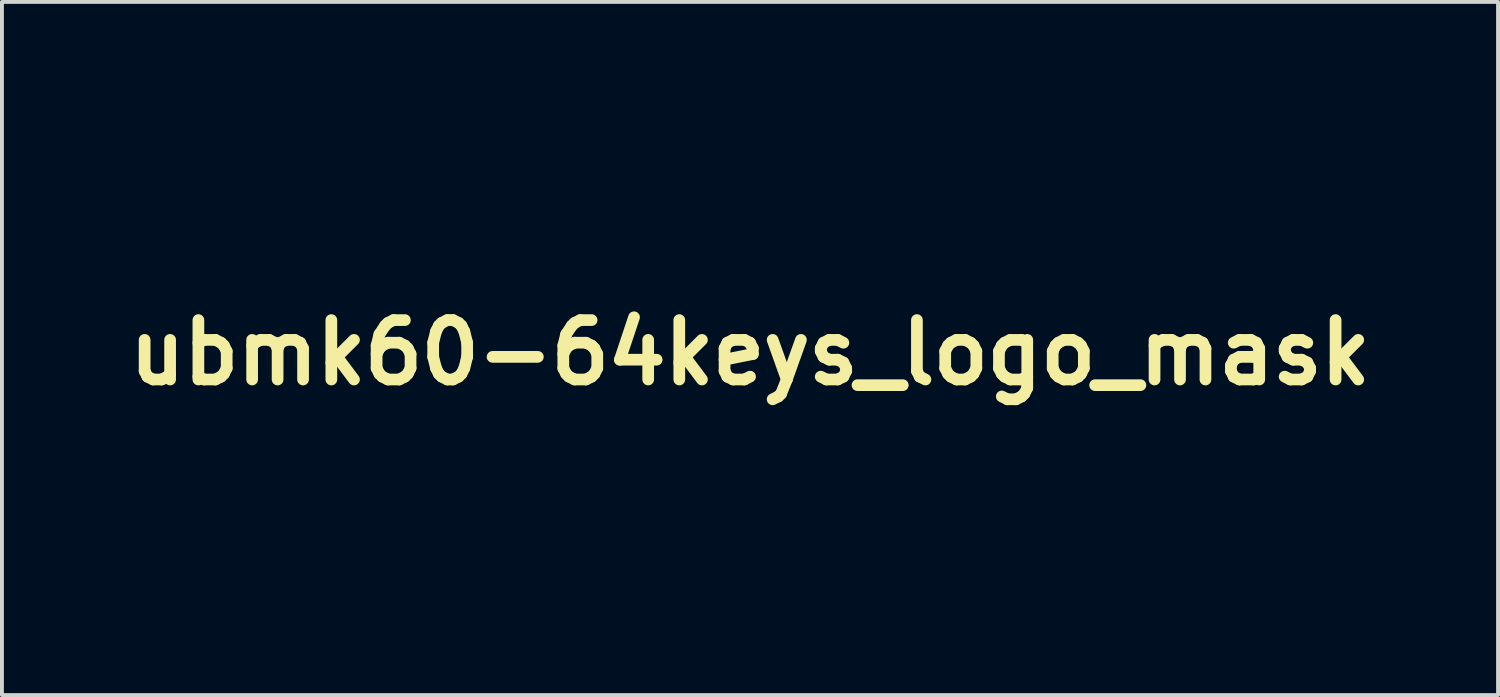
<source format=kicad_pcb>
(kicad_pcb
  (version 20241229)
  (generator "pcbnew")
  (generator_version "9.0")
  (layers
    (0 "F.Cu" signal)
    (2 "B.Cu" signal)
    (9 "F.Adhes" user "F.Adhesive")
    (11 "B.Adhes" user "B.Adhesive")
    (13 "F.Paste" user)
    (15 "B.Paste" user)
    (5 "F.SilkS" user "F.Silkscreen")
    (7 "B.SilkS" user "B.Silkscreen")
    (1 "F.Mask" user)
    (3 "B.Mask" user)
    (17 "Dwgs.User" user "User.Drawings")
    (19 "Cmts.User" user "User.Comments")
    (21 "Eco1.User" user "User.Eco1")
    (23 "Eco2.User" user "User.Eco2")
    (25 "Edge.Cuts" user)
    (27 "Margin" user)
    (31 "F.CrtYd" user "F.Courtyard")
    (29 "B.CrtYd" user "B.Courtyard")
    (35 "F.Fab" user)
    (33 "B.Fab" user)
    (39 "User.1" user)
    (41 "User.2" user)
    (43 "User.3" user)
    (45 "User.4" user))
  (footprint "ubmk60-64keys_logo_mask"
    (layer "F.Cu")
    (at 16.191 5.996)
    (property "Reference" "ubmk60-64keys_logo_mask" (at 0 0 0) (layer "F.SilkS") (effects (font (size 1.524 1.524) (thickness 0.3))))
    (attr through_hole)
    (fp_poly (pts (xy -1.828 -4.374) (xy -2.249 -4.374) (xy -2.249 -4.561) (xy -1.828 -4.561) (xy -1.828 -4.374)) (stroke (width 0.01) (type solid)) (fill yes) (layer "F.Mask"))
    (fp_poly (pts (xy -1.781 5.358) (xy -2.078 5.358) (xy -2.078 5.217) (xy -1.781 5.217) (xy -1.781 5.358)) (stroke (width 0.01) (type solid)) (fill yes) (layer "F.Mask"))
    (fp_poly (pts (xy -2.562 5.374) (xy -2.437 5.374) (xy -2.437 5.561) (xy -2.906 5.561) (xy -2.906 5.374) (xy -2.764 5.374) (xy -2.768 5.19) (xy -2.773 5.007) (xy -2.89 4.997) (xy -2.89 4.827) (xy -2.562 4.827) (xy -2.562 5.374)) (stroke (width 0.01) (type solid)) (fill yes) (layer "F.Mask"))
    (fp_poly (pts (xy 5.41 -4.23) (xy 5.474 -4.203) (xy 5.524 -4.156) (xy 5.554 -4.092) (xy 5.561 -4.038) (xy 5.548 -3.964) (xy 5.511 -3.905) (xy 5.456 -3.863) (xy 5.389 -3.842) (xy 5.317 -3.846) (xy 5.261 -3.867) (xy 5.211 -3.91) (xy 5.181 -3.969) (xy 5.171 -4.037) (xy 5.181 -4.104) (xy 5.21 -4.163) (xy 5.259 -4.207) (xy 5.264 -4.21) (xy 5.338 -4.233) (xy 5.41 -4.23)) (stroke (width 0.01) (type solid)) (fill yes) (layer "F.Mask"))
    (fp_poly (pts (xy -3.03 -5.122) (xy -2.996 -5.117) (xy -2.986 -5.111) (xy -2.996 -5.095) (xy -3.02 -5.056) (xy -3.058 -4.997) (xy -3.108 -4.921) (xy -3.167 -4.83) (xy -3.234 -4.727) (xy -3.307 -4.615) (xy -3.325 -4.587) (xy -3.659 -4.077) (xy -3.862 -4.077) (xy -3.834 -4.12) (xy -3.82 -4.143) (xy -3.79 -4.188) (xy -3.747 -4.254) (xy -3.694 -4.335) (xy -3.632 -4.43) (xy -3.564 -4.535) (xy -3.493 -4.643) (xy -3.179 -5.124) (xy -3.08 -5.124) (xy -3.03 -5.122)) (stroke (width 0.01) (type solid)) (fill yes) (layer "F.Mask"))
    (fp_poly (pts (xy 2.515 5.183) (xy 2.516 5.267) (xy 2.521 5.325) (xy 2.531 5.362) (xy 2.549 5.381) (xy 2.576 5.389) (xy 2.593 5.389) (xy 2.625 5.386) (xy 2.647 5.373) (xy 2.661 5.346) (xy 2.668 5.3) (xy 2.671 5.229) (xy 2.671 5.183) (xy 2.671 5.014) (xy 2.874 5.014) (xy 2.874 5.207) (xy 2.874 5.29) (xy 2.872 5.348) (xy 2.867 5.389) (xy 2.858 5.418) (xy 2.845 5.443) (xy 2.839 5.453) (xy 2.802 5.496) (xy 2.758 5.531) (xy 2.754 5.534) (xy 2.698 5.555) (xy 2.627 5.568) (xy 2.554 5.571) (xy 2.496 5.562) (xy 2.428 5.529) (xy 2.37 5.481) (xy 2.334 5.427) (xy 2.322 5.377) (xy 2.314 5.298) (xy 2.312 5.195) (xy 2.312 5.014) (xy 2.515 5.014) (xy 2.515 5.183)) (stroke (width 0.01) (type solid)) (fill yes) (layer "F.Mask"))
    (fp_poly (pts (xy 0.055 -4.858) (xy 0.013 -4.774) (xy -0.023 -4.698) (xy -0.052 -4.635) (xy -0.071 -4.591) (xy -0.078 -4.57) (xy -0.078 -4.569) (xy -0.071 -4.556) (xy -0.046 -4.548) (xy 0.003 -4.546) (xy 0.016 -4.546) (xy 0.109 -4.546) (xy 0.109 -4.811) (xy 0.406 -4.811) (xy 0.406 -4.546) (xy 0.531 -4.546) (xy 0.531 -4.298) (xy 0.473 -4.293) (xy 0.414 -4.288) (xy 0.405 -4.077) (xy 0.109 -4.077) (xy 0.109 -4.296) (xy -0.071 -4.296) (xy -0.169 -4.298) (xy -0.241 -4.305) (xy -0.294 -4.319) (xy -0.333 -4.342) (xy -0.363 -4.376) (xy -0.376 -4.394) (xy -0.396 -4.435) (xy -0.407 -4.476) (xy -0.407 -4.523) (xy -0.395 -4.578) (xy -0.37 -4.648) (xy -0.332 -4.736) (xy -0.279 -4.846) (xy -0.274 -4.857) (xy -0.141 -5.124) (xy 0.188 -5.124) (xy 0.055 -4.858)) (stroke (width 0.01) (type solid)) (fill yes) (layer "F.Mask"))
    (fp_poly (pts (xy -1.109 4.83) (xy -1.035 4.842) (xy -0.98 4.863) (xy -0.94 4.898) (xy -0.909 4.948) (xy -0.905 4.958) (xy -0.88 5.038) (xy -0.883 5.111) (xy -0.916 5.18) (xy -0.978 5.247) (xy -1.043 5.296) (xy -1.148 5.366) (xy -1.011 5.37) (xy -0.875 5.375) (xy -0.875 5.561) (xy -1.074 5.56) (xy -1.153 5.559) (xy -1.222 5.556) (xy -1.275 5.551) (xy -1.305 5.546) (xy -1.306 5.546) (xy -1.353 5.512) (xy -1.389 5.461) (xy -1.406 5.403) (xy -1.406 5.396) (xy -1.401 5.358) (xy -1.382 5.321) (xy -1.347 5.281) (xy -1.291 5.234) (xy -1.218 5.181) (xy -1.148 5.126) (xy -1.107 5.081) (xy -1.095 5.046) (xy -1.113 5.021) (xy -1.161 5.006) (xy -1.238 4.999) (xy -1.26 4.999) (xy -1.375 4.999) (xy -1.375 4.827) (xy -1.209 4.827) (xy -1.109 4.83)) (stroke (width 0.01) (type solid)) (fill yes) (layer "F.Mask"))
    (fp_poly (pts (xy 0.219 4.83) (xy 0.293 4.842) (xy 0.347 4.863) (xy 0.387 4.898) (xy 0.418 4.948) (xy 0.423 4.958) (xy 0.448 5.038) (xy 0.444 5.111) (xy 0.412 5.18) (xy 0.35 5.247) (xy 0.285 5.296) (xy 0.18 5.366) (xy 0.316 5.37) (xy 0.453 5.375) (xy 0.453 5.561) (xy 0.254 5.56) (xy 0.175 5.559) (xy 0.106 5.556) (xy 0.052 5.551) (xy 0.023 5.546) (xy 0.022 5.546) (xy -0.025 5.512) (xy -0.061 5.461) (xy -0.078 5.403) (xy -0.078 5.396) (xy -0.073 5.358) (xy -0.054 5.321) (xy -0.019 5.281) (xy 0.037 5.234) (xy 0.109 5.181) (xy 0.18 5.126) (xy 0.221 5.081) (xy 0.233 5.046) (xy 0.215 5.021) (xy 0.167 5.006) (xy 0.09 4.999) (xy 0.067 4.999) (xy -0.047 4.999) (xy -0.047 4.827) (xy 0.119 4.827) (xy 0.219 4.83)) (stroke (width 0.01) (type solid)) (fill yes) (layer "F.Mask"))
    (fp_poly (pts (xy 3.093 -4.64) (xy 3.094 -4.537) (xy 3.098 -4.461) (xy 3.107 -4.406) (xy 3.12 -4.369) (xy 3.14 -4.345) (xy 3.166 -4.329) (xy 3.215 -4.313) (xy 3.253 -4.321) (xy 3.289 -4.35) (xy 3.304 -4.366) (xy 3.314 -4.383) (xy 3.321 -4.407) (xy 3.325 -4.443) (xy 3.327 -4.496) (xy 3.327 -4.573) (xy 3.327 -4.623) (xy 3.327 -4.858) (xy 3.61 -4.858) (xy 3.606 -4.57) (xy 3.601 -4.283) (xy 3.554 -4.216) (xy 3.502 -4.159) (xy 3.438 -4.114) (xy 3.433 -4.111) (xy 3.359 -4.073) (xy 3.359 -3.78) (xy 3.077 -3.78) (xy 3.077 -4.077) (xy 3.015 -4.103) (xy 2.953 -4.14) (xy 2.894 -4.197) (xy 2.848 -4.262) (xy 2.827 -4.31) (xy 2.822 -4.345) (xy 2.817 -4.404) (xy 2.814 -4.481) (xy 2.812 -4.568) (xy 2.812 -4.612) (xy 2.812 -4.858) (xy 3.093 -4.858) (xy 3.093 -4.64)) (stroke (width 0.01) (type solid)) (fill yes) (layer "F.Mask"))
    (fp_poly (pts (xy 5.478 -4.885) (xy 5.55 -4.877) (xy 5.576 -4.873) (xy 5.678 -4.839) (xy 5.779 -4.788) (xy 5.877 -4.722) (xy 5.966 -4.647) (xy 6.043 -4.566) (xy 6.103 -4.482) (xy 6.141 -4.401) (xy 6.155 -4.328) (xy 6.141 -4.261) (xy 6.105 -4.209) (xy 6.051 -4.178) (xy 6.004 -4.172) (xy 5.955 -4.177) (xy 5.915 -4.187) (xy 5.912 -4.189) (xy 5.887 -4.21) (xy 5.855 -4.249) (xy 5.83 -4.288) (xy 5.749 -4.395) (xy 5.652 -4.476) (xy 5.541 -4.531) (xy 5.421 -4.558) (xy 5.293 -4.557) (xy 5.173 -4.529) (xy 5.117 -4.513) (xy 5.068 -4.504) (xy 5.04 -4.505) (xy 4.976 -4.535) (xy 4.932 -4.584) (xy 4.91 -4.645) (xy 4.914 -4.712) (xy 4.925 -4.74) (xy 4.962 -4.786) (xy 5.026 -4.827) (xy 5.111 -4.86) (xy 5.158 -4.873) (xy 5.22 -4.882) (xy 5.301 -4.887) (xy 5.391 -4.888) (xy 5.478 -4.885)) (stroke (width 0.01) (type solid)) (fill yes) (layer "F.Mask"))
    (fp_poly (pts (xy -3.788 -5.136) (xy -3.693 -5.123) (xy -3.622 -5.092) (xy -3.572 -5.042) (xy -3.543 -4.969) (xy -3.531 -4.871) (xy -3.53 -4.845) (xy -3.533 -4.779) (xy -3.542 -4.731) (xy -3.561 -4.692) (xy -3.566 -4.685) (xy -3.623 -4.625) (xy -3.699 -4.584) (xy -3.785 -4.566) (xy -3.873 -4.572) (xy -3.892 -4.577) (xy -3.965 -4.609) (xy -4.016 -4.656) (xy -4.047 -4.722) (xy -4.06 -4.811) (xy -4.061 -4.85) (xy -4.06 -4.862) (xy -3.874 -4.862) (xy -3.866 -4.802) (xy -3.844 -4.759) (xy -3.814 -4.735) (xy -3.779 -4.736) (xy -3.745 -4.764) (xy -3.742 -4.768) (xy -3.722 -4.818) (xy -3.719 -4.876) (xy -3.733 -4.929) (xy -3.749 -4.952) (xy -3.779 -4.977) (xy -3.803 -4.98) (xy -3.837 -4.961) (xy -3.839 -4.959) (xy -3.862 -4.935) (xy -3.872 -4.899) (xy -3.874 -4.862) (xy -4.06 -4.862) (xy -4.053 -4.955) (xy -4.027 -5.035) (xy -3.981 -5.091) (xy -3.915 -5.124) (xy -3.827 -5.137) (xy -3.788 -5.136)) (stroke (width 0.01) (type solid)) (fill yes) (layer "F.Mask"))
    (fp_poly (pts (xy -2.998 -4.636) (xy -2.916 -4.616) (xy -2.849 -4.573) (xy -2.805 -4.524) (xy -2.788 -4.496) (xy -2.778 -4.461) (xy -2.774 -4.411) (xy -2.773 -4.35) (xy -2.776 -4.269) (xy -2.788 -4.209) (xy -2.814 -4.163) (xy -2.856 -4.121) (xy -2.879 -4.102) (xy -2.927 -4.081) (xy -2.993 -4.068) (xy -3.064 -4.065) (xy -3.13 -4.072) (xy -3.164 -4.083) (xy -3.23 -4.129) (xy -3.278 -4.197) (xy -3.304 -4.283) (xy -3.308 -4.375) (xy -3.107 -4.375) (xy -3.107 -4.323) (xy -3.101 -4.277) (xy -3.09 -4.252) (xy -3.053 -4.235) (xy -3.011 -4.241) (xy -2.977 -4.268) (xy -2.956 -4.316) (xy -2.955 -4.369) (xy -2.969 -4.418) (xy -2.996 -4.453) (xy -3.035 -4.468) (xy -3.036 -4.468) (xy -3.073 -4.46) (xy -3.09 -4.449) (xy -3.102 -4.421) (xy -3.107 -4.375) (xy -3.308 -4.375) (xy -3.309 -4.382) (xy -3.304 -4.424) (xy -3.276 -4.506) (xy -3.224 -4.571) (xy -3.153 -4.615) (xy -3.066 -4.636) (xy -2.998 -4.636)) (stroke (width 0.01) (type solid)) (fill yes) (layer "F.Mask"))
    (fp_poly (pts (xy 2.531 -1.765) (xy 2.648 -1.765) (xy 2.781 -2.007) (xy 2.913 -2.249) (xy 3.191 -2.249) (xy 3.28 -2.249) (xy 3.357 -2.248) (xy 3.417 -2.246) (xy 3.456 -2.244) (xy 3.468 -2.242) (xy 3.46 -2.227) (xy 3.438 -2.19) (xy 3.403 -2.135) (xy 3.36 -2.066) (xy 3.31 -1.987) (xy 3.301 -1.973) (xy 3.252 -1.894) (xy 3.209 -1.823) (xy 3.177 -1.766) (xy 3.157 -1.726) (xy 3.152 -1.707) (xy 3.152 -1.706) (xy 3.198 -1.682) (xy 3.252 -1.64) (xy 3.302 -1.59) (xy 3.321 -1.567) (xy 3.352 -1.518) (xy 3.375 -1.463) (xy 3.391 -1.396) (xy 3.4 -1.312) (xy 3.405 -1.205) (xy 3.405 -1.132) (xy 3.405 -0.922) (xy 2.906 -0.922) (xy 2.906 -1.13) (xy 2.905 -1.217) (xy 2.903 -1.278) (xy 2.899 -1.319) (xy 2.892 -1.348) (xy 2.881 -1.369) (xy 2.873 -1.38) (xy 2.821 -1.422) (xy 2.744 -1.445) (xy 2.643 -1.45) (xy 2.632 -1.45) (xy 2.538 -1.445) (xy 2.53 -0.922) (xy 2.046 -0.922) (xy 2.046 -2.796) (xy 2.531 -2.796) (xy 2.531 -1.765)) (stroke (width 0.01) (type solid)) (fill yes) (layer "F.Mask"))
    (fp_poly (pts (xy 1.3 -4.87) (xy 1.302 -4.766) (xy 1.304 -4.689) (xy 1.306 -4.636) (xy 1.31 -4.601) (xy 1.315 -4.581) (xy 1.322 -4.572) (xy 1.332 -4.569) (xy 1.335 -4.569) (xy 1.356 -4.578) (xy 1.382 -4.607) (xy 1.417 -4.658) (xy 1.447 -4.71) (xy 1.528 -4.85) (xy 1.685 -4.855) (xy 1.751 -4.856) (xy 1.804 -4.855) (xy 1.836 -4.852) (xy 1.843 -4.849) (xy 1.835 -4.832) (xy 1.814 -4.795) (xy 1.782 -4.743) (xy 1.749 -4.69) (xy 1.711 -4.631) (xy 1.682 -4.583) (xy 1.663 -4.55) (xy 1.659 -4.539) (xy 1.674 -4.53) (xy 1.705 -4.511) (xy 1.708 -4.509) (xy 1.757 -4.463) (xy 1.79 -4.394) (xy 1.808 -4.301) (xy 1.812 -4.214) (xy 1.812 -4.077) (xy 1.534 -4.077) (xy 1.528 -4.204) (xy 1.524 -4.269) (xy 1.518 -4.31) (xy 1.507 -4.337) (xy 1.49 -4.357) (xy 1.485 -4.361) (xy 1.445 -4.382) (xy 1.392 -4.387) (xy 1.376 -4.386) (xy 1.304 -4.382) (xy 1.3 -4.229) (xy 1.295 -4.077) (xy 1.015 -4.077) (xy 1.015 -5.171) (xy 1.296 -5.171) (xy 1.3 -4.87)) (stroke (width 0.01) (type solid)) (fill yes) (layer "F.Mask"))
    (fp_poly (pts (xy -3.108 -1.878) (xy -3.106 -1.732) (xy -3.104 -1.616) (xy -3.099 -1.529) (xy -3.093 -1.473) (xy -3.088 -1.454) (xy -3.051 -1.392) (xy -2.992 -1.351) (xy -2.928 -1.334) (xy -2.858 -1.337) (xy -2.8 -1.367) (xy -2.754 -1.42) (xy -2.743 -1.438) (xy -2.734 -1.456) (xy -2.728 -1.479) (xy -2.724 -1.51) (xy -2.721 -1.555) (xy -2.719 -1.618) (xy -2.718 -1.701) (xy -2.718 -1.81) (xy -2.718 -1.861) (xy -2.718 -2.249) (xy -2.234 -2.249) (xy -2.234 -1.807) (xy -2.234 -1.662) (xy -2.236 -1.544) (xy -2.239 -1.449) (xy -2.244 -1.374) (xy -2.253 -1.314) (xy -2.265 -1.265) (xy -2.281 -1.224) (xy -2.301 -1.186) (xy -2.328 -1.148) (xy -2.336 -1.136) (xy -2.423 -1.042) (xy -2.532 -0.969) (xy -2.606 -0.936) (xy -2.677 -0.916) (xy -2.769 -0.903) (xy -2.87 -0.895) (xy -2.971 -0.895) (xy -3.062 -0.901) (xy -3.116 -0.912) (xy -3.247 -0.959) (xy -3.362 -1.029) (xy -3.459 -1.118) (xy -3.531 -1.223) (xy -3.543 -1.247) (xy -3.585 -1.336) (xy -3.59 -1.793) (xy -3.595 -2.249) (xy -3.109 -2.249) (xy -3.108 -1.878)) (stroke (width 0.01) (type solid)) (fill yes) (layer "F.Mask"))
    (fp_poly (pts (xy 5.519 -5.438) (xy 5.715 -5.402) (xy 5.903 -5.34) (xy 6.081 -5.252) (xy 6.245 -5.139) (xy 6.394 -5.002) (xy 6.524 -4.843) (xy 6.568 -4.775) (xy 6.62 -4.681) (xy 6.649 -4.603) (xy 6.654 -4.539) (xy 6.637 -4.486) (xy 6.611 -4.453) (xy 6.57 -4.42) (xy 6.527 -4.407) (xy 6.496 -4.406) (xy 6.438 -4.413) (xy 6.396 -4.432) (xy 6.395 -4.433) (xy 6.371 -4.46) (xy 6.341 -4.506) (xy 6.31 -4.56) (xy 6.309 -4.561) (xy 6.256 -4.645) (xy 6.183 -4.735) (xy 6.096 -4.824) (xy 6.005 -4.904) (xy 5.915 -4.967) (xy 5.881 -4.986) (xy 5.712 -5.06) (xy 5.544 -5.103) (xy 5.372 -5.117) (xy 5.196 -5.101) (xy 5.012 -5.056) (xy 4.972 -5.042) (xy 4.906 -5.02) (xy 4.861 -5.006) (xy 4.83 -5.002) (xy 4.806 -5.005) (xy 4.781 -5.015) (xy 4.773 -5.019) (xy 4.715 -5.061) (xy 4.683 -5.12) (xy 4.678 -5.188) (xy 4.684 -5.215) (xy 4.699 -5.253) (xy 4.722 -5.284) (xy 4.759 -5.31) (xy 4.814 -5.336) (xy 4.893 -5.365) (xy 4.917 -5.373) (xy 5.117 -5.424) (xy 5.319 -5.445) (xy 5.519 -5.438)) (stroke (width 0.01) (type solid)) (fill yes) (layer "F.Mask"))
    (fp_poly (pts (xy 5.52 -5.988) (xy 5.627 -5.982) (xy 5.714 -5.971) (xy 5.725 -5.969) (xy 5.965 -5.906) (xy 6.193 -5.815) (xy 6.406 -5.698) (xy 6.604 -5.557) (xy 6.782 -5.392) (xy 6.94 -5.207) (xy 7.075 -5.002) (xy 7.106 -4.946) (xy 7.143 -4.86) (xy 7.155 -4.789) (xy 7.141 -4.729) (xy 7.109 -4.685) (xy 7.055 -4.65) (xy 6.993 -4.637) (xy 6.933 -4.647) (xy 6.89 -4.675) (xy 6.866 -4.704) (xy 6.834 -4.753) (xy 6.798 -4.811) (xy 6.786 -4.833) (xy 6.667 -5.017) (xy 6.526 -5.181) (xy 6.367 -5.323) (xy 6.191 -5.442) (xy 6.003 -5.537) (xy 5.805 -5.607) (xy 5.599 -5.651) (xy 5.388 -5.668) (xy 5.175 -5.657) (xy 4.962 -5.617) (xy 4.827 -5.575) (xy 4.738 -5.543) (xy 4.673 -5.521) (xy 4.627 -5.508) (xy 4.595 -5.503) (xy 4.571 -5.505) (xy 4.549 -5.512) (xy 4.528 -5.524) (xy 4.477 -5.572) (xy 4.454 -5.617) (xy 4.443 -5.686) (xy 4.462 -5.747) (xy 4.511 -5.798) (xy 4.558 -5.826) (xy 4.672 -5.874) (xy 4.805 -5.919) (xy 4.947 -5.957) (xy 4.971 -5.962) (xy 5.053 -5.975) (xy 5.158 -5.984) (xy 5.277 -5.989) (xy 5.4 -5.991) (xy 5.52 -5.988)) (stroke (width 0.01) (type solid)) (fill yes) (layer "F.Mask"))
    (fp_poly (pts (xy 2.443 -4.852) (xy 2.538 -4.815) (xy 2.613 -4.755) (xy 2.666 -4.675) (xy 2.695 -4.575) (xy 2.699 -4.471) (xy 2.695 -4.382) (xy 2.455 -4.377) (xy 2.359 -4.375) (xy 2.291 -4.372) (xy 2.247 -4.367) (xy 2.226 -4.361) (xy 2.222 -4.354) (xy 2.243 -4.328) (xy 2.286 -4.311) (xy 2.355 -4.3) (xy 2.452 -4.296) (xy 2.464 -4.296) (xy 2.624 -4.296) (xy 2.624 -4.077) (xy 2.456 -4.079) (xy 2.38 -4.081) (xy 2.309 -4.085) (xy 2.253 -4.09) (xy 2.23 -4.094) (xy 2.122 -4.133) (xy 2.035 -4.194) (xy 1.972 -4.273) (xy 1.934 -4.368) (xy 1.922 -4.468) (xy 1.932 -4.547) (xy 2.207 -4.547) (xy 2.213 -4.537) (xy 2.234 -4.532) (xy 2.277 -4.53) (xy 2.319 -4.53) (xy 2.379 -4.531) (xy 2.415 -4.535) (xy 2.432 -4.542) (xy 2.437 -4.556) (xy 2.437 -4.559) (xy 2.423 -4.597) (xy 2.386 -4.628) (xy 2.337 -4.645) (xy 2.319 -4.646) (xy 2.262 -4.635) (xy 2.225 -4.599) (xy 2.211 -4.565) (xy 2.207 -4.547) (xy 1.932 -4.547) (xy 1.936 -4.582) (xy 1.974 -4.678) (xy 2.039 -4.758) (xy 2.127 -4.819) (xy 2.177 -4.844) (xy 2.222 -4.858) (xy 2.276 -4.864) (xy 2.328 -4.865) (xy 2.443 -4.852)) (stroke (width 0.01) (type solid)) (fill yes) (layer "F.Mask"))
    (fp_poly (pts (xy -2.992 5.015) (xy -2.953 5.017) (xy -2.937 5.019) (xy -2.937 5.019) (xy -2.942 5.037) (xy -2.955 5.079) (xy -2.974 5.138) (xy -2.998 5.207) (xy -3.024 5.282) (xy -3.049 5.355) (xy -3.072 5.42) (xy -3.091 5.472) (xy -3.104 5.504) (xy -3.106 5.51) (xy -3.136 5.54) (xy -3.185 5.563) (xy -3.239 5.576) (xy -3.255 5.576) (xy -3.293 5.568) (xy -3.329 5.553) (xy -3.363 5.528) (xy -3.382 5.503) (xy -3.39 5.48) (xy -3.406 5.435) (xy -3.427 5.374) (xy -3.451 5.304) (xy -3.476 5.231) (xy -3.5 5.16) (xy -3.521 5.097) (xy -3.537 5.049) (xy -3.545 5.023) (xy -3.546 5.019) (xy -3.532 5.017) (xy -3.494 5.015) (xy -3.441 5.014) (xy -3.438 5.014) (xy -3.379 5.016) (xy -3.344 5.021) (xy -3.327 5.031) (xy -3.322 5.042) (xy -3.315 5.068) (xy -3.304 5.117) (xy -3.29 5.18) (xy -3.28 5.222) (xy -3.265 5.286) (xy -3.252 5.335) (xy -3.242 5.364) (xy -3.239 5.368) (xy -3.232 5.351) (xy -3.221 5.31) (xy -3.208 5.253) (xy -3.201 5.223) (xy -3.187 5.157) (xy -3.174 5.099) (xy -3.165 5.059) (xy -3.163 5.05) (xy -3.156 5.031) (xy -3.141 5.02) (xy -3.111 5.016) (xy -3.058 5.014) (xy -3.046 5.014) (xy -2.992 5.015)) (stroke (width 0.01) (type solid)) (fill yes) (layer "F.Mask"))
    (fp_poly (pts (xy -1.531 -2.14) (xy -1.462 -2.193) (xy -1.371 -2.244) (xy -1.265 -2.272) (xy -1.15 -2.277) (xy -1.032 -2.261) (xy -0.917 -2.224) (xy -0.811 -2.165) (xy -0.767 -2.131) (xy -0.699 -2.059) (xy -0.638 -1.966) (xy -0.592 -1.865) (xy -0.571 -1.797) (xy -0.55 -1.642) (xy -0.556 -1.495) (xy -0.587 -1.357) (xy -0.643 -1.231) (xy -0.721 -1.121) (xy -0.82 -1.029) (xy -0.937 -0.959) (xy -1.072 -0.912) (xy -1.09 -0.908) (xy -1.176 -0.896) (xy -1.277 -0.892) (xy -1.379 -0.895) (xy -1.471 -0.906) (xy -1.514 -0.915) (xy -1.65 -0.967) (xy -1.769 -1.044) (xy -1.868 -1.146) (xy -1.946 -1.27) (xy -1.951 -1.281) (xy -2.007 -1.398) (xy -2.009 -1.578) (xy -1.515 -1.578) (xy -1.502 -1.489) (xy -1.467 -1.416) (xy -1.413 -1.362) (xy -1.345 -1.331) (xy -1.268 -1.324) (xy -1.186 -1.345) (xy -1.17 -1.353) (xy -1.116 -1.396) (xy -1.078 -1.459) (xy -1.058 -1.534) (xy -1.057 -1.613) (xy -1.074 -1.689) (xy -1.112 -1.754) (xy -1.123 -1.766) (xy -1.189 -1.813) (xy -1.26 -1.833) (xy -1.33 -1.828) (xy -1.396 -1.801) (xy -1.452 -1.754) (xy -1.493 -1.689) (xy -1.514 -1.609) (xy -1.515 -1.578) (xy -2.009 -1.578) (xy -2.012 -2.097) (xy -2.017 -2.796) (xy -1.531 -2.796) (xy -1.531 -2.14)) (stroke (width 0.01) (type solid)) (fill yes) (layer "F.Mask"))
    (fp_poly (pts (xy 1.897 4.817) (xy 1.954 4.835) (xy 1.995 4.865) (xy 2.007 4.885) (xy 2.02 4.92) (xy 2.04 4.975) (xy 2.066 5.046) (xy 2.096 5.127) (xy 2.127 5.213) (xy 2.158 5.299) (xy 2.188 5.38) (xy 2.213 5.451) (xy 2.233 5.507) (xy 2.246 5.543) (xy 2.249 5.555) (xy 2.235 5.558) (xy 2.197 5.559) (xy 2.143 5.558) (xy 2.13 5.558) (xy 2.01 5.553) (xy 1.992 5.499) (xy 1.973 5.444) (xy 1.713 5.444) (xy 1.695 5.499) (xy 1.677 5.553) (xy 1.557 5.558) (xy 1.437 5.562) (xy 1.476 5.456) (xy 1.529 5.309) (xy 1.553 5.244) (xy 1.77 5.244) (xy 1.774 5.257) (xy 1.8 5.263) (xy 1.842 5.264) (xy 1.887 5.263) (xy 1.916 5.259) (xy 1.921 5.255) (xy 1.917 5.229) (xy 1.906 5.187) (xy 1.89 5.137) (xy 1.873 5.088) (xy 1.857 5.047) (xy 1.846 5.025) (xy 1.843 5.022) (xy 1.834 5.04) (xy 1.819 5.079) (xy 1.805 5.126) (xy 1.789 5.18) (xy 1.776 5.223) (xy 1.77 5.244) (xy 1.553 5.244) (xy 1.573 5.189) (xy 1.61 5.092) (xy 1.639 5.016) (xy 1.662 4.958) (xy 1.681 4.915) (xy 1.697 4.885) (xy 1.71 4.864) (xy 1.723 4.85) (xy 1.726 4.846) (xy 1.774 4.821) (xy 1.834 4.812) (xy 1.897 4.817)) (stroke (width 0.01) (type solid)) (fill yes) (layer "F.Mask"))
    (fp_poly (pts (xy 3.371 5.02) (xy 3.446 5.062) (xy 3.505 5.123) (xy 3.542 5.201) (xy 3.544 5.209) (xy 3.553 5.26) (xy 3.558 5.329) (xy 3.561 5.408) (xy 3.561 5.49) (xy 3.558 5.567) (xy 3.553 5.632) (xy 3.545 5.676) (xy 3.542 5.686) (xy 3.515 5.723) (xy 3.476 5.75) (xy 3.418 5.767) (xy 3.339 5.777) (xy 3.234 5.78) (xy 3.23 5.78) (xy 3.046 5.78) (xy 3.046 5.608) (xy 3.184 5.608) (xy 3.26 5.606) (xy 3.311 5.599) (xy 3.34 5.585) (xy 3.355 5.559) (xy 3.359 5.52) (xy 3.359 5.517) (xy 3.357 5.482) (xy 3.35 5.473) (xy 3.332 5.486) (xy 3.329 5.489) (xy 3.27 5.523) (xy 3.199 5.536) (xy 3.139 5.53) (xy 3.061 5.496) (xy 3.005 5.44) (xy 2.975 5.382) (xy 2.956 5.292) (xy 2.957 5.283) (xy 3.166 5.283) (xy 3.179 5.333) (xy 3.213 5.364) (xy 3.262 5.373) (xy 3.304 5.364) (xy 3.334 5.337) (xy 3.349 5.295) (xy 3.344 5.251) (xy 3.341 5.244) (xy 3.312 5.204) (xy 3.274 5.188) (xy 3.247 5.186) (xy 3.201 5.199) (xy 3.173 5.236) (xy 3.166 5.283) (xy 2.957 5.283) (xy 2.966 5.206) (xy 3.002 5.127) (xy 3.062 5.063) (xy 3.108 5.034) (xy 3.197 5.004) (xy 3.286 5) (xy 3.371 5.02)) (stroke (width 0.01) (type solid)) (fill yes) (layer "F.Mask"))
    (fp_poly (pts (xy -5.04 1.518) (xy -4.909 1.519) (xy -4.805 1.521) (xy -4.729 1.524) (xy -4.683 1.528) (xy -4.673 1.53) (xy -4.59 1.567) (xy -4.526 1.628) (xy -4.498 1.673) (xy -4.49 1.689) (xy -4.484 1.706) (xy -4.479 1.728) (xy -4.475 1.758) (xy -4.473 1.797) (xy -4.471 1.85) (xy -4.47 1.92) (xy -4.469 2.009) (xy -4.469 2.12) (xy -4.47 2.257) (xy -4.471 2.412) (xy -4.475 3.09) (xy -4.523 3.148) (xy -4.545 3.176) (xy -4.565 3.198) (xy -4.586 3.217) (xy -4.612 3.231) (xy -4.645 3.243) (xy -4.687 3.251) (xy -4.743 3.257) (xy -4.815 3.261) (xy -4.906 3.263) (xy -5.019 3.264) (xy -5.157 3.265) (xy -5.323 3.264) (xy -5.334 3.264) (xy -5.496 3.264) (xy -5.629 3.264) (xy -5.737 3.263) (xy -5.823 3.262) (xy -5.891 3.26) (xy -5.942 3.258) (xy -5.98 3.254) (xy -6.009 3.25) (xy -6.031 3.244) (xy -6.049 3.237) (xy -6.056 3.234) (xy -6.122 3.19) (xy -6.165 3.138) (xy -6.209 3.072) (xy -6.209 2.093) (xy -5.639 2.093) (xy -5.639 2.703) (xy -5.339 2.699) (xy -5.038 2.695) (xy -5.034 2.394) (xy -5.029 2.093) (xy -5.639 2.093) (xy -6.209 2.093) (xy -6.209 1.708) (xy -6.172 1.653) (xy -6.132 1.607) (xy -6.085 1.565) (xy -6.079 1.561) (xy -6.024 1.523) (xy -5.379 1.519) (xy -5.197 1.518) (xy -5.04 1.518)) (stroke (width 0.01) (type solid)) (fill yes) (layer "F.Mask"))
    (fp_poly (pts (xy -5.428 -5.123) (xy -5.372 -5.121) (xy -5.337 -5.118) (xy -5.327 -5.116) (xy -5.335 -5.1) (xy -5.357 -5.064) (xy -5.39 -5.013) (xy -5.428 -4.956) (xy -5.473 -4.887) (xy -5.501 -4.839) (xy -5.511 -4.809) (xy -5.504 -4.792) (xy -5.48 -4.784) (xy -5.443 -4.781) (xy -5.396 -4.768) (xy -5.341 -4.735) (xy -5.286 -4.69) (xy -5.24 -4.639) (xy -5.224 -4.616) (xy -5.199 -4.565) (xy -5.186 -4.515) (xy -5.181 -4.452) (xy -5.181 -4.439) (xy -5.194 -4.332) (xy -5.232 -4.24) (xy -5.294 -4.166) (xy -5.377 -4.111) (xy -5.478 -4.076) (xy -5.597 -4.063) (xy -5.719 -4.073) (xy -5.755 -4.084) (xy -5.804 -4.107) (xy -5.844 -4.129) (xy -5.904 -4.172) (xy -5.948 -4.223) (xy -5.972 -4.265) (xy -5.997 -4.315) (xy -6.009 -4.357) (xy -6.013 -4.405) (xy -6.01 -4.456) (xy -5.716 -4.456) (xy -5.706 -4.401) (xy -5.685 -4.368) (xy -5.641 -4.335) (xy -5.585 -4.327) (xy -5.528 -4.344) (xy -5.492 -4.379) (xy -5.476 -4.43) (xy -5.483 -4.483) (xy -5.484 -4.485) (xy -5.516 -4.527) (xy -5.564 -4.551) (xy -5.618 -4.554) (xy -5.667 -4.536) (xy -5.694 -4.509) (xy -5.716 -4.456) (xy -6.01 -4.456) (xy -6.01 -4.46) (xy -6.004 -4.519) (xy -5.99 -4.577) (xy -5.966 -4.639) (xy -5.931 -4.71) (xy -5.883 -4.793) (xy -5.818 -4.895) (xy -5.784 -4.946) (xy -5.666 -5.124) (xy -5.496 -5.124) (xy -5.428 -5.123)) (stroke (width 0.01) (type solid)) (fill yes) (layer "F.Mask"))
    (fp_poly (pts (xy -0.741 -5.123) (xy -0.686 -5.121) (xy -0.651 -5.118) (xy -0.64 -5.116) (xy -0.649 -5.1) (xy -0.671 -5.064) (xy -0.704 -5.013) (xy -0.742 -4.956) (xy -0.787 -4.887) (xy -0.814 -4.839) (xy -0.824 -4.809) (xy -0.817 -4.792) (xy -0.793 -4.784) (xy -0.757 -4.781) (xy -0.71 -4.768) (xy -0.655 -4.735) (xy -0.6 -4.69) (xy -0.554 -4.639) (xy -0.538 -4.616) (xy -0.512 -4.565) (xy -0.499 -4.515) (xy -0.495 -4.452) (xy -0.495 -4.439) (xy -0.508 -4.332) (xy -0.546 -4.24) (xy -0.608 -4.166) (xy -0.691 -4.111) (xy -0.792 -4.076) (xy -0.91 -4.063) (xy -1.033 -4.073) (xy -1.069 -4.084) (xy -1.118 -4.107) (xy -1.157 -4.129) (xy -1.218 -4.172) (xy -1.262 -4.223) (xy -1.286 -4.265) (xy -1.31 -4.315) (xy -1.323 -4.357) (xy -1.326 -4.405) (xy -1.324 -4.456) (xy -1.029 -4.456) (xy -1.019 -4.401) (xy -0.999 -4.368) (xy -0.954 -4.335) (xy -0.899 -4.327) (xy -0.842 -4.344) (xy -0.806 -4.379) (xy -0.789 -4.43) (xy -0.797 -4.483) (xy -0.797 -4.485) (xy -0.83 -4.527) (xy -0.878 -4.551) (xy -0.931 -4.554) (xy -0.981 -4.536) (xy -1.008 -4.509) (xy -1.029 -4.456) (xy -1.324 -4.456) (xy -1.324 -4.46) (xy -1.317 -4.519) (xy -1.303 -4.577) (xy -1.28 -4.639) (xy -1.245 -4.71) (xy -1.196 -4.793) (xy -1.131 -4.895) (xy -1.098 -4.946) (xy -0.979 -5.124) (xy -0.81 -5.124) (xy -0.741 -5.123)) (stroke (width 0.01) (type solid)) (fill yes) (layer "F.Mask"))
    (fp_poly (pts (xy -0.382 4.824) (xy -0.305 4.857) (xy -0.242 4.911) (xy -0.232 4.924) (xy -0.217 4.947) (xy -0.207 4.971) (xy -0.2 5.002) (xy -0.197 5.047) (xy -0.196 5.112) (xy -0.195 5.187) (xy -0.196 5.273) (xy -0.197 5.334) (xy -0.201 5.375) (xy -0.207 5.404) (xy -0.218 5.427) (xy -0.234 5.45) (xy -0.237 5.455) (xy -0.279 5.498) (xy -0.329 5.533) (xy -0.339 5.538) (xy -0.405 5.56) (xy -0.483 5.571) (xy -0.558 5.57) (xy -0.599 5.562) (xy -0.666 5.528) (xy -0.727 5.477) (xy -0.77 5.418) (xy -0.771 5.415) (xy -0.784 5.378) (xy -0.792 5.327) (xy -0.796 5.256) (xy -0.796 5.19) (xy -0.594 5.19) (xy -0.593 5.254) (xy -0.588 5.296) (xy -0.578 5.323) (xy -0.56 5.346) (xy -0.555 5.351) (xy -0.522 5.377) (xy -0.494 5.389) (xy -0.492 5.389) (xy -0.465 5.379) (xy -0.432 5.354) (xy -0.429 5.351) (xy -0.409 5.328) (xy -0.398 5.302) (xy -0.392 5.264) (xy -0.391 5.205) (xy -0.391 5.19) (xy -0.394 5.107) (xy -0.407 5.05) (xy -0.43 5.016) (xy -0.466 5.001) (xy -0.492 4.999) (xy -0.536 5.006) (xy -0.566 5.029) (xy -0.584 5.073) (xy -0.593 5.141) (xy -0.594 5.19) (xy -0.796 5.19) (xy -0.796 5.184) (xy -0.796 5.103) (xy -0.792 5.046) (xy -0.786 5.005) (xy -0.775 4.973) (xy -0.761 4.945) (xy -0.709 4.883) (xy -0.638 4.84) (xy -0.556 4.815) (xy -0.468 4.809) (xy -0.382 4.824)) (stroke (width 0.01) (type solid)) (fill yes) (layer "F.Mask"))
    (fp_poly (pts (xy 0.946 4.824) (xy 1.023 4.857) (xy 1.086 4.911) (xy 1.096 4.924) (xy 1.111 4.947) (xy 1.121 4.971) (xy 1.127 5.002) (xy 1.131 5.047) (xy 1.132 5.112) (xy 1.133 5.187) (xy 1.132 5.273) (xy 1.131 5.334) (xy 1.127 5.375) (xy 1.121 5.404) (xy 1.11 5.427) (xy 1.094 5.45) (xy 1.09 5.455) (xy 1.049 5.498) (xy 0.999 5.533) (xy 0.989 5.538) (xy 0.923 5.56) (xy 0.845 5.571) (xy 0.77 5.57) (xy 0.729 5.562) (xy 0.662 5.528) (xy 0.601 5.477) (xy 0.558 5.418) (xy 0.557 5.415) (xy 0.544 5.378) (xy 0.536 5.327) (xy 0.532 5.256) (xy 0.531 5.19) (xy 0.734 5.19) (xy 0.735 5.254) (xy 0.74 5.296) (xy 0.75 5.323) (xy 0.768 5.346) (xy 0.773 5.351) (xy 0.805 5.377) (xy 0.834 5.389) (xy 0.836 5.389) (xy 0.863 5.379) (xy 0.896 5.354) (xy 0.899 5.351) (xy 0.919 5.328) (xy 0.93 5.302) (xy 0.936 5.264) (xy 0.937 5.205) (xy 0.937 5.19) (xy 0.934 5.107) (xy 0.921 5.05) (xy 0.898 5.016) (xy 0.862 5.001) (xy 0.836 4.999) (xy 0.792 5.006) (xy 0.762 5.029) (xy 0.743 5.073) (xy 0.735 5.141) (xy 0.734 5.19) (xy 0.531 5.19) (xy 0.531 5.184) (xy 0.532 5.103) (xy 0.535 5.046) (xy 0.542 5.005) (xy 0.553 4.973) (xy 0.567 4.945) (xy 0.619 4.883) (xy 0.689 4.84) (xy 0.772 4.815) (xy 0.86 4.809) (xy 0.946 4.824)) (stroke (width 0.01) (type solid)) (fill yes) (layer "F.Mask"))
    (fp_poly (pts (xy -4.295 -0.578) (xy -4.028 -0.578) (xy -3.79 -0.577) (xy -3.58 -0.577) (xy -3.396 -0.577) (xy -3.236 -0.576) (xy -3.098 -0.576) (xy -2.981 -0.575) (xy -2.882 -0.574) (xy -2.801 -0.573) (xy -2.734 -0.571) (xy -2.681 -0.569) (xy -2.639 -0.567) (xy -2.607 -0.564) (xy -2.583 -0.561) (xy -2.565 -0.558) (xy -2.551 -0.554) (xy -2.54 -0.549) (xy -2.538 -0.548) (xy -2.459 -0.498) (xy -2.405 -0.431) (xy -2.391 -0.401) (xy -2.386 -0.372) (xy -2.382 -0.313) (xy -2.379 -0.224) (xy -2.377 -0.106) (xy -2.375 0.04) (xy -2.374 0.213) (xy -2.374 0.297) (xy -2.375 0.482) (xy -2.376 0.64) (xy -2.378 0.77) (xy -2.381 0.872) (xy -2.385 0.944) (xy -2.389 0.986) (xy -2.391 0.995) (xy -2.435 1.067) (xy -2.504 1.124) (xy -2.538 1.142) (xy -2.549 1.147) (xy -2.563 1.151) (xy -2.58 1.154) (xy -2.603 1.157) (xy -2.634 1.16) (xy -2.674 1.162) (xy -2.726 1.164) (xy -2.79 1.166) (xy -2.87 1.167) (xy -2.966 1.168) (xy -3.08 1.169) (xy -3.215 1.17) (xy -3.372 1.17) (xy -3.552 1.171) (xy -3.758 1.171) (xy -3.992 1.171) (xy -4.255 1.171) (xy -4.296 1.171) (xy -5.991 1.172) (xy -6.058 1.138) (xy -6.118 1.097) (xy -6.167 1.043) (xy -6.168 1.042) (xy -6.209 0.979) (xy -6.209 0.609) (xy -5.639 0.609) (xy -2.945 0.601) (xy -2.945 -0.008) (xy -5.639 -0.016) (xy -5.639 0.609) (xy -6.209 0.609) (xy -6.209 -0.385) (xy -6.167 -0.448) (xy -6.115 -0.506) (xy -6.057 -0.545) (xy -5.989 -0.578) (xy -4.295 -0.578)) (stroke (width 0.01) (type solid)) (fill yes) (layer "F.Mask"))
    (fp_poly (pts (xy -4.548 -5.131) (xy -4.495 -5.128) (xy -4.457 -5.121) (xy -4.424 -5.109) (xy -4.388 -5.089) (xy -4.385 -5.088) (xy -4.316 -5.038) (xy -4.263 -4.979) (xy -4.225 -4.907) (xy -4.201 -4.817) (xy -4.19 -4.706) (xy -4.189 -4.57) (xy -4.19 -4.546) (xy -4.194 -4.456) (xy -4.2 -4.391) (xy -4.208 -4.344) (xy -4.221 -4.306) (xy -4.23 -4.287) (xy -4.28 -4.214) (xy -4.351 -4.147) (xy -4.425 -4.098) (xy -4.472 -4.083) (xy -4.539 -4.072) (xy -4.616 -4.067) (xy -4.692 -4.067) (xy -4.757 -4.074) (xy -4.78 -4.079) (xy -4.868 -4.119) (xy -4.948 -4.182) (xy -5.006 -4.256) (xy -5.024 -4.286) (xy -5.037 -4.313) (xy -5.046 -4.342) (xy -5.051 -4.381) (xy -5.054 -4.421) (xy -4.767 -4.421) (xy -4.72 -4.374) (xy -4.665 -4.336) (xy -4.608 -4.329) (xy -4.551 -4.352) (xy -4.536 -4.364) (xy -4.515 -4.384) (xy -4.502 -4.408) (xy -4.494 -4.442) (xy -4.489 -4.495) (xy -4.486 -4.535) (xy -4.485 -4.657) (xy -4.493 -4.751) (xy -4.512 -4.816) (xy -4.531 -4.844) (xy -4.574 -4.867) (xy -4.631 -4.874) (xy -4.687 -4.862) (xy -4.72 -4.844) (xy -4.735 -4.83) (xy -4.746 -4.812) (xy -4.753 -4.785) (xy -4.757 -4.743) (xy -4.76 -4.68) (xy -4.762 -4.618) (xy -4.767 -4.421) (xy -5.054 -4.421) (xy -5.055 -4.434) (xy -5.057 -4.509) (xy -5.059 -4.574) (xy -5.06 -4.688) (xy -5.057 -4.778) (xy -5.048 -4.847) (xy -5.032 -4.903) (xy -5.008 -4.951) (xy -4.974 -4.996) (xy -4.963 -5.009) (xy -4.911 -5.061) (xy -4.856 -5.097) (xy -4.791 -5.118) (xy -4.709 -5.129) (xy -4.624 -5.132) (xy -4.548 -5.131)) (stroke (width 0.01) (type solid)) (fill yes) (layer "F.Mask"))
    (fp_poly (pts (xy -5.17 -2.671) (xy -5.03 -2.671) (xy -4.915 -2.67) (xy -4.822 -2.668) (xy -4.749 -2.664) (xy -4.692 -2.658) (xy -4.648 -2.65) (xy -4.615 -2.639) (xy -4.589 -2.625) (xy -4.567 -2.607) (xy -4.547 -2.585) (xy -4.525 -2.558) (xy -4.523 -2.555) (xy -4.475 -2.497) (xy -4.471 -1.819) (xy -4.47 -1.655) (xy -4.469 -1.52) (xy -4.469 -1.41) (xy -4.47 -1.322) (xy -4.471 -1.254) (xy -4.473 -1.202) (xy -4.476 -1.163) (xy -4.479 -1.134) (xy -4.484 -1.112) (xy -4.491 -1.095) (xy -4.498 -1.079) (xy -4.499 -1.078) (xy -4.533 -1.03) (xy -4.579 -0.985) (xy -4.596 -0.972) (xy -4.661 -0.929) (xy -5.318 -0.926) (xy -5.479 -0.925) (xy -5.612 -0.924) (xy -5.721 -0.924) (xy -5.807 -0.925) (xy -5.874 -0.926) (xy -5.925 -0.928) (xy -5.963 -0.931) (xy -5.992 -0.936) (xy -6.013 -0.941) (xy -6.031 -0.948) (xy -6.039 -0.951) (xy -6.121 -1.003) (xy -6.177 -1.073) (xy -6.201 -1.131) (xy -6.206 -1.163) (xy -6.21 -1.219) (xy -6.213 -1.3) (xy -6.214 -1.408) (xy -6.215 -1.5) (xy -5.639 -1.5) (xy -5.029 -1.5) (xy -5.034 -1.8) (xy -5.038 -2.101) (xy -5.339 -2.105) (xy -5.639 -2.11) (xy -5.639 -1.5) (xy -6.215 -1.5) (xy -6.215 -1.544) (xy -6.215 -1.709) (xy -6.214 -1.837) (xy -6.209 -2.478) (xy -6.166 -2.543) (xy -6.127 -2.59) (xy -6.078 -2.63) (xy -6.062 -2.64) (xy -6.045 -2.647) (xy -6.027 -2.654) (xy -6.005 -2.659) (xy -5.975 -2.663) (xy -5.934 -2.666) (xy -5.879 -2.668) (xy -5.807 -2.67) (xy -5.716 -2.67) (xy -5.602 -2.671) (xy -5.462 -2.671) (xy -5.339 -2.671) (xy -5.17 -2.671)) (stroke (width 0.01) (type solid)) (fill yes) (layer "F.Mask"))
    (fp_poly (pts (xy -0.965 -0.578) (xy -0.809 -0.576) (xy -0.68 -0.574) (xy -0.58 -0.571) (xy -0.508 -0.568) (xy -0.466 -0.563) (xy -0.458 -0.561) (xy -0.402 -0.529) (xy -0.346 -0.478) (xy -0.305 -0.422) (xy -0.303 -0.419) (xy -0.298 -0.403) (xy -0.293 -0.378) (xy -0.289 -0.339) (xy -0.287 -0.286) (xy -0.284 -0.215) (xy -0.283 -0.123) (xy -0.282 -0.007) (xy -0.281 0.134) (xy -0.281 0.3) (xy -0.281 0.469) (xy -0.281 0.61) (xy -0.282 0.726) (xy -0.284 0.819) (xy -0.288 0.893) (xy -0.293 0.95) (xy -0.301 0.994) (xy -0.311 1.027) (xy -0.325 1.052) (xy -0.342 1.073) (xy -0.364 1.092) (xy -0.39 1.111) (xy -0.4 1.119) (xy -0.458 1.164) (xy -1.123 1.167) (xy -1.289 1.168) (xy -1.426 1.168) (xy -1.538 1.168) (xy -1.627 1.167) (xy -1.696 1.166) (xy -1.749 1.163) (xy -1.788 1.16) (xy -1.816 1.155) (xy -1.836 1.15) (xy -1.843 1.147) (xy -1.923 1.097) (xy -1.983 1.03) (xy -1.993 1.012) (xy -1.999 0.985) (xy -2.004 0.931) (xy -2.008 0.854) (xy -2.012 0.757) (xy -2.014 0.646) (xy -2.016 0.523) (xy -2.017 0.393) (xy -2.017 0.261) (xy -2.017 0.13) (xy -2.015 0.003) (xy -2.015 -0.016) (xy -1.453 -0.016) (xy -1.453 0.609) (xy -0.844 0.609) (xy -0.844 -0.016) (xy -1.453 -0.016) (xy -2.015 -0.016) (xy -2.013 -0.114) (xy -2.01 -0.218) (xy -2.006 -0.304) (xy -2.001 -0.37) (xy -1.996 -0.41) (xy -1.993 -0.419) (xy -1.953 -0.475) (xy -1.898 -0.526) (xy -1.841 -0.56) (xy -1.838 -0.561) (xy -1.81 -0.566) (xy -1.75 -0.57) (xy -1.662 -0.573) (xy -1.545 -0.576) (xy -1.4 -0.577) (xy -1.228 -0.578) (xy -1.148 -0.578) (xy -0.965 -0.578)) (stroke (width 0.01) (type solid)) (fill yes) (layer "F.Mask"))
    (fp_poly (pts (xy 1.243 -0.577) (xy 1.349 -0.577) (xy 1.433 -0.576) (xy 1.499 -0.574) (xy 1.549 -0.572) (xy 1.586 -0.568) (xy 1.614 -0.564) (xy 1.635 -0.558) (xy 1.653 -0.551) (xy 1.667 -0.545) (xy 1.731 -0.5) (xy 1.777 -0.44) (xy 1.82 -0.367) (xy 1.82 0.961) (xy 1.784 1.023) (xy 1.748 1.073) (xy 1.702 1.117) (xy 1.691 1.125) (xy 1.635 1.164) (xy 0.97 1.168) (xy 0.807 1.168) (xy 0.673 1.169) (xy 0.564 1.169) (xy 0.477 1.168) (xy 0.409 1.167) (xy 0.357 1.165) (xy 0.318 1.162) (xy 0.29 1.158) (xy 0.268 1.152) (xy 0.25 1.146) (xy 0.242 1.142) (xy 0.163 1.091) (xy 0.109 1.025) (xy 0.095 0.995) (xy 0.09 0.966) (xy 0.086 0.907) (xy 0.083 0.818) (xy 0.081 0.7) (xy 0.079 0.554) (xy 0.079 0.456) (xy 0.643 0.456) (xy 0.644 0.523) (xy 0.645 0.569) (xy 0.647 0.589) (xy 0.658 0.597) (xy 0.685 0.602) (xy 0.731 0.606) (xy 0.801 0.608) (xy 0.897 0.609) (xy 0.952 0.609) (xy 1.25 0.609) (xy 1.25 -0.016) (xy 0.949 -0.012) (xy 0.648 -0.008) (xy 0.644 0.281) (xy 0.643 0.373) (xy 0.643 0.456) (xy 0.079 0.456) (xy 0.078 0.38) (xy 0.078 0.297) (xy 0.079 0.112) (xy 0.08 -0.046) (xy 0.082 -0.177) (xy 0.085 -0.278) (xy 0.088 -0.35) (xy 0.093 -0.393) (xy 0.095 -0.401) (xy 0.138 -0.473) (xy 0.208 -0.531) (xy 0.242 -0.548) (xy 0.26 -0.556) (xy 0.28 -0.561) (xy 0.307 -0.566) (xy 0.342 -0.57) (xy 0.39 -0.573) (xy 0.453 -0.575) (xy 0.535 -0.576) (xy 0.638 -0.577) (xy 0.766 -0.577) (xy 0.921 -0.578) (xy 0.952 -0.578) (xy 1.111 -0.578) (xy 1.243 -0.577)) (stroke (width 0.01) (type solid)) (fill yes) (layer "F.Mask"))
    (fp_poly (pts (xy 0.377 -2.275) (xy 0.51 -2.245) (xy 0.63 -2.196) (xy 0.736 -2.142) (xy 0.807 -2.187) (xy 0.882 -2.223) (xy 0.976 -2.253) (xy 1.078 -2.273) (xy 1.176 -2.281) (xy 1.176 -2.281) (xy 1.324 -2.268) (xy 1.458 -2.232) (xy 1.575 -2.174) (xy 1.673 -2.095) (xy 1.748 -1.997) (xy 1.783 -1.924) (xy 1.794 -1.896) (xy 1.802 -1.869) (xy 1.808 -1.837) (xy 1.813 -1.797) (xy 1.816 -1.745) (xy 1.819 -1.676) (xy 1.821 -1.587) (xy 1.823 -1.473) (xy 1.824 -1.379) (xy 1.83 -0.922) (xy 1.328 -0.922) (xy 1.328 -1.305) (xy 1.327 -1.44) (xy 1.326 -1.547) (xy 1.322 -1.63) (xy 1.316 -1.693) (xy 1.306 -1.739) (xy 1.292 -1.771) (xy 1.273 -1.794) (xy 1.248 -1.811) (xy 1.224 -1.822) (xy 1.151 -1.838) (xy 1.085 -1.826) (xy 1.031 -1.787) (xy 0.993 -1.725) (xy 0.983 -1.692) (xy 0.979 -1.66) (xy 0.975 -1.601) (xy 0.972 -1.522) (xy 0.97 -1.428) (xy 0.969 -1.324) (xy 0.969 -1.277) (xy 0.969 -0.922) (xy 0.484 -0.922) (xy 0.484 -1.313) (xy 0.484 -1.446) (xy 0.482 -1.552) (xy 0.479 -1.634) (xy 0.473 -1.695) (xy 0.463 -1.74) (xy 0.45 -1.771) (xy 0.431 -1.793) (xy 0.407 -1.81) (xy 0.379 -1.822) (xy 0.306 -1.838) (xy 0.24 -1.825) (xy 0.184 -1.785) (xy 0.144 -1.719) (xy 0.142 -1.713) (xy 0.136 -1.683) (xy 0.132 -1.624) (xy 0.128 -1.541) (xy 0.126 -1.437) (xy 0.125 -1.314) (xy 0.125 -1.296) (xy 0.125 -0.922) (xy -0.359 -0.922) (xy -0.359 -1.357) (xy -0.359 -1.488) (xy -0.358 -1.592) (xy -0.357 -1.674) (xy -0.354 -1.737) (xy -0.35 -1.786) (xy -0.345 -1.825) (xy -0.338 -1.859) (xy -0.329 -1.892) (xy -0.328 -1.895) (xy -0.279 -2.004) (xy -0.206 -2.097) (xy -0.114 -2.172) (xy -0.005 -2.229) (xy 0.115 -2.265) (xy 0.244 -2.281) (xy 0.377 -2.275)) (stroke (width 0.01) (type solid)) (fill yes) (layer "F.Mask"))
    (fp_poly (pts (xy -1.906 1.517) (xy -1.618 1.517) (xy -1.303 1.518) (xy -0.961 1.518) (xy -0.59 1.518) (xy -0.19 1.519) (xy -0.069 1.519) (xy 3.728 1.523) (xy 3.783 1.561) (xy 3.829 1.6) (xy 3.871 1.647) (xy 3.875 1.653) (xy 3.913 1.708) (xy 3.913 3.072) (xy 3.869 3.138) (xy 3.813 3.2) (xy 3.76 3.234) (xy 3.752 3.238) (xy 3.743 3.241) (xy 3.731 3.243) (xy 3.715 3.246) (xy 3.695 3.248) (xy 3.668 3.25) (xy 3.633 3.252) (xy 3.59 3.254) (xy 3.538 3.255) (xy 3.474 3.257) (xy 3.398 3.258) (xy 3.309 3.259) (xy 3.206 3.26) (xy 3.087 3.261) (xy 2.951 3.262) (xy 2.797 3.262) (xy 2.624 3.263) (xy 2.431 3.263) (xy 2.216 3.264) (xy 1.978 3.264) (xy 1.717 3.264) (xy 1.43 3.264) (xy 1.118 3.264) (xy 0.778 3.264) (xy 0.409 3.264) (xy 0.01 3.264) (xy -0.102 3.264) (xy -3.897 3.265) (xy -3.964 3.232) (xy -4.034 3.185) (xy -4.081 3.121) (xy -4.107 3.054) (xy -4.111 3.022) (xy -4.115 2.963) (xy -4.118 2.881) (xy -4.121 2.781) (xy -4.122 2.668) (xy -4.124 2.544) (xy -4.124 2.416) (xy -4.124 2.287) (xy -4.123 2.161) (xy -4.122 2.093) (xy -3.546 2.093) (xy -3.546 2.702) (xy 3.343 2.702) (xy 3.343 2.093) (xy -3.546 2.093) (xy -4.122 2.093) (xy -4.122 2.044) (xy -4.12 1.938) (xy -4.117 1.849) (xy -4.113 1.781) (xy -4.109 1.738) (xy -4.107 1.73) (xy -4.072 1.655) (xy -4.014 1.59) (xy -3.943 1.544) (xy -3.932 1.539) (xy -3.923 1.537) (xy -3.909 1.534) (xy -3.891 1.532) (xy -3.865 1.53) (xy -3.832 1.528) (xy -3.79 1.526) (xy -3.738 1.525) (xy -3.675 1.523) (xy -3.599 1.522) (xy -3.51 1.521) (xy -3.406 1.52) (xy -3.286 1.519) (xy -3.149 1.519) (xy -2.994 1.518) (xy -2.82 1.518) (xy -2.625 1.517) (xy -2.408 1.517) (xy -2.169 1.517) (xy -1.906 1.517)) (stroke (width 0.01) (type solid)) (fill yes) (layer "F.Mask"))
    (fp_poly (pts (xy 5.885 1.565) (xy 5.942 1.618) (xy 5.981 1.675) (xy 5.989 1.693) (xy 5.996 1.712) (xy 6.001 1.735) (xy 6.005 1.764) (xy 6.009 1.804) (xy 6.011 1.857) (xy 6.012 1.927) (xy 6.013 2.016) (xy 6.014 2.127) (xy 6.014 2.265) (xy 6.014 2.388) (xy 6.014 2.551) (xy 6.013 2.686) (xy 6.012 2.796) (xy 6.011 2.883) (xy 6.009 2.951) (xy 6.006 3.002) (xy 6.002 3.04) (xy 5.997 3.067) (xy 5.991 3.087) (xy 5.99 3.089) (xy 5.953 3.157) (xy 5.904 3.205) (xy 5.855 3.235) (xy 5.839 3.242) (xy 5.82 3.248) (xy 5.796 3.253) (xy 5.764 3.257) (xy 5.72 3.26) (xy 5.661 3.262) (xy 5.584 3.263) (xy 5.487 3.264) (xy 5.365 3.264) (xy 5.218 3.264) (xy 5.136 3.264) (xy 4.972 3.264) (xy 4.836 3.263) (xy 4.726 3.262) (xy 4.638 3.261) (xy 4.57 3.259) (xy 4.519 3.256) (xy 4.481 3.252) (xy 4.455 3.248) (xy 4.437 3.242) (xy 4.429 3.239) (xy 4.366 3.199) (xy 4.322 3.152) (xy 4.294 3.101) (xy 4.287 3.083) (xy 4.281 3.063) (xy 4.276 3.036) (xy 4.273 3) (xy 4.27 2.952) (xy 4.268 2.888) (xy 4.266 2.806) (xy 4.266 2.702) (xy 4.265 2.574) (xy 4.265 2.418) (xy 4.265 2.391) (xy 4.265 2.232) (xy 4.265 2.1) (xy 4.265 2.093) (xy 4.827 2.093) (xy 4.827 2.387) (xy 4.827 2.48) (xy 4.829 2.562) (xy 4.831 2.628) (xy 4.834 2.673) (xy 4.838 2.692) (xy 4.838 2.692) (xy 4.856 2.696) (xy 4.9 2.698) (xy 4.966 2.699) (xy 5.048 2.7) (xy 5.141 2.699) (xy 5.146 2.699) (xy 5.444 2.695) (xy 5.448 2.394) (xy 5.452 2.093) (xy 4.827 2.093) (xy 4.265 2.093) (xy 4.266 1.994) (xy 4.267 1.91) (xy 4.268 1.844) (xy 4.271 1.794) (xy 4.274 1.757) (xy 4.278 1.729) (xy 4.284 1.708) (xy 4.291 1.69) (xy 4.298 1.675) (xy 4.342 1.611) (xy 4.394 1.565) (xy 4.458 1.523) (xy 5.821 1.523) (xy 5.885 1.565)) (stroke (width 0.01) (type solid)) (fill yes) (layer "F.Mask"))
    (fp_poly (pts (xy 5.301 -2.671) (xy 5.434 -2.671) (xy 5.542 -2.67) (xy 5.628 -2.669) (xy 5.695 -2.667) (xy 5.745 -2.665) (xy 5.783 -2.661) (xy 5.811 -2.657) (xy 5.831 -2.652) (xy 5.848 -2.645) (xy 5.855 -2.642) (xy 5.92 -2.6) (xy 5.964 -2.547) (xy 5.99 -2.495) (xy 5.994 -2.483) (xy 5.997 -2.466) (xy 6 -2.441) (xy 6.003 -2.406) (xy 6.005 -2.361) (xy 6.007 -2.303) (xy 6.009 -2.231) (xy 6.01 -2.143) (xy 6.011 -2.036) (xy 6.012 -1.91) (xy 6.013 -1.763) (xy 6.013 -1.592) (xy 6.014 -1.397) (xy 6.014 -1.174) (xy 6.014 -0.924) (xy 6.014 -0.75) (xy 6.014 -0.48) (xy 6.014 -0.24) (xy 6.014 -0.028) (xy 6.013 0.158) (xy 6.013 0.32) (xy 6.012 0.459) (xy 6.011 0.578) (xy 6.01 0.677) (xy 6.008 0.76) (xy 6.007 0.827) (xy 6.004 0.88) (xy 6.002 0.921) (xy 5.999 0.951) (xy 5.996 0.973) (xy 5.993 0.989) (xy 5.99 0.996) (xy 5.954 1.063) (xy 5.907 1.11) (xy 5.85 1.142) (xy 5.839 1.147) (xy 5.826 1.151) (xy 5.808 1.154) (xy 5.785 1.157) (xy 5.754 1.16) (xy 5.713 1.162) (xy 5.661 1.164) (xy 5.596 1.166) (xy 5.516 1.167) (xy 5.42 1.168) (xy 5.305 1.169) (xy 5.169 1.17) (xy 5.012 1.17) (xy 4.831 1.17) (xy 4.624 1.171) (xy 4.39 1.171) (xy 4.126 1.171) (xy 4.093 1.171) (xy 3.822 1.171) (xy 3.581 1.17) (xy 3.368 1.17) (xy 3.181 1.17) (xy 3.018 1.169) (xy 2.878 1.168) (xy 2.759 1.167) (xy 2.658 1.166) (xy 2.576 1.164) (xy 2.509 1.163) (xy 2.456 1.161) (xy 2.415 1.158) (xy 2.384 1.155) (xy 2.363 1.152) (xy 2.349 1.149) (xy 2.344 1.147) (xy 2.276 1.109) (xy 2.228 1.058) (xy 2.201 1.012) (xy 2.194 0.996) (xy 2.188 0.978) (xy 2.183 0.954) (xy 2.179 0.921) (xy 2.176 0.876) (xy 2.174 0.817) (xy 2.173 0.74) (xy 2.172 0.642) (xy 2.172 0.52) (xy 2.171 0.456) (xy 2.736 0.456) (xy 2.737 0.523) (xy 2.739 0.569) (xy 2.741 0.589) (xy 2.747 0.593) (xy 2.765 0.596) (xy 2.796 0.599) (xy 2.842 0.601) (xy 2.904 0.603) (xy 2.985 0.604) (xy 3.086 0.605) (xy 3.208 0.606) (xy 3.353 0.606) (xy 3.524 0.607) (xy 3.721 0.606) (xy 3.947 0.606) (xy 4.096 0.605) (xy 5.444 0.601) (xy 5.444 -2.101) (xy 4.835 -2.101) (xy 4.827 -1.14) (xy 4.819 -0.18) (xy 4.784 -0.131) (xy 4.77 -0.109) (xy 4.756 -0.091) (xy 4.743 -0.075) (xy 4.726 -0.062) (xy 4.703 -0.052) (xy 4.673 -0.043) (xy 4.632 -0.036) (xy 4.579 -0.031) (xy 4.511 -0.027) (xy 4.425 -0.024) (xy 4.32 -0.021) (xy 4.192 -0.02) (xy 4.04 -0.018) (xy 3.86 -0.017) (xy 3.702 -0.016) (xy 2.742 -0.008) (xy 2.737 0.281) (xy 2.736 0.373) (xy 2.736 0.456) (xy 2.171 0.456) (xy 2.171 0.371) (xy 2.171 0.297) (xy 2.171 0.135) (xy 2.172 0.002) (xy 2.172 -0.106) (xy 2.174 -0.192) (xy 2.175 -0.259) (xy 2.178 -0.309) (xy 2.181 -0.347) (xy 2.185 -0.374) (xy 2.191 -0.395) (xy 2.198 -0.412) (xy 2.201 -0.418) (xy 2.243 -0.483) (xy 2.295 -0.528) (xy 2.347 -0.554) (xy 2.363 -0.559) (xy 2.385 -0.563) (xy 2.416 -0.567) (xy 2.458 -0.57) (xy 2.514 -0.572) (xy 2.586 -0.574) (xy 2.677 -0.576) (xy 2.788 -0.577) (xy 2.923 -0.577) (xy 3.083 -0.578) (xy 3.272 -0.578) (xy 3.335 -0.578) (xy 4.265 -0.578) (xy 4.265 -1.508) (xy 4.265 -1.705) (xy 4.265 -1.874) (xy 4.266 -2.016) (xy 4.266 -2.135) (xy 4.268 -2.231) (xy 4.269 -2.309) (xy 4.272 -2.369) (xy 4.275 -2.415) (xy 4.278 -2.449) (xy 4.282 -2.474) (xy 4.287 -2.491) (xy 4.289 -2.495) (xy 4.325 -2.563) (xy 4.374 -2.612) (xy 4.424 -2.642) (xy 4.44 -2.649) (xy 4.458 -2.655) (xy 4.483 -2.66) (xy 4.515 -2.663) (xy 4.56 -2.666) (xy 4.619 -2.668) (xy 4.697 -2.67) (xy 4.795 -2.671) (xy 4.916 -2.671) (xy 5.065 -2.671) (xy 5.139 -2.671) (xy 5.301 -2.671)) (stroke (width 0.01) (type solid)) (fill yes) (layer "F.Mask"))
    (fp_poly (pts (xy 0.499 -3.593) (xy 1.069 -3.592) (xy 1.611 -3.592) (xy 2.124 -3.592) (xy 2.609 -3.592) (xy 3.064 -3.591) (xy 3.491 -3.591) (xy 3.888 -3.59) (xy 4.256 -3.59) (xy 4.595 -3.589) (xy 4.904 -3.588) (xy 5.183 -3.587) (xy 5.432 -3.586) (xy 5.651 -3.585) (xy 5.839 -3.584) (xy 5.998 -3.583) (xy 6.125 -3.582) (xy 6.222 -3.581) (xy 6.288 -3.579) (xy 6.323 -3.578) (xy 6.328 -3.577) (xy 6.463 -3.537) (xy 6.587 -3.47) (xy 6.698 -3.381) (xy 6.792 -3.272) (xy 6.864 -3.15) (xy 6.91 -3.017) (xy 6.92 -2.968) (xy 6.921 -2.94) (xy 6.923 -2.883) (xy 6.925 -2.799) (xy 6.926 -2.688) (xy 6.928 -2.554) (xy 6.929 -2.398) (xy 6.93 -2.221) (xy 6.931 -2.026) (xy 6.932 -1.814) (xy 6.933 -1.587) (xy 6.934 -1.348) (xy 6.935 -1.097) (xy 6.935 -0.837) (xy 6.936 -0.569) (xy 6.936 -0.295) (xy 6.936 -0.018) (xy 6.936 0.261) (xy 6.936 0.541) (xy 6.936 0.819) (xy 6.936 1.093) (xy 6.935 1.363) (xy 6.935 1.625) (xy 6.934 1.879) (xy 6.933 2.121) (xy 6.933 2.351) (xy 6.932 2.567) (xy 6.931 2.767) (xy 6.929 2.948) (xy 6.928 3.11) (xy 6.927 3.25) (xy 6.925 3.367) (xy 6.924 3.458) (xy 6.922 3.522) (xy 6.92 3.558) (xy 6.92 3.562) (xy 6.886 3.687) (xy 6.826 3.81) (xy 6.746 3.924) (xy 6.65 4.02) (xy 6.543 4.094) (xy 6.531 4.1) (xy 6.518 4.107) (xy 6.506 4.114) (xy 6.496 4.12) (xy 6.485 4.126) (xy 6.474 4.132) (xy 6.46 4.137) (xy 6.444 4.142) (xy 6.424 4.146) (xy 6.4 4.15) (xy 6.37 4.154) (xy 6.334 4.158) (xy 6.291 4.161) (xy 6.239 4.164) (xy 6.179 4.167) (xy 6.108 4.17) (xy 6.027 4.172) (xy 5.934 4.174) (xy 5.828 4.176) (xy 5.709 4.178) (xy 5.575 4.179) (xy 5.426 4.18) (xy 5.261 4.181) (xy 5.078 4.182) (xy 4.878 4.183) (xy 4.658 4.184) (xy 4.419 4.184) (xy 4.158 4.185) (xy 3.876 4.185) (xy 3.572 4.185) (xy 3.244 4.185) (xy 2.892 4.185) (xy 2.514 4.185) (xy 2.11 4.185) (xy 1.679 4.185) (xy 1.22 4.185) (xy 0.732 4.185) (xy 0.215 4.185) (xy -0.109 4.185) (xy -0.652 4.185) (xy -1.164 4.185) (xy -1.646 4.185) (xy -2.1 4.184) (xy -2.526 4.184) (xy -2.925 4.184) (xy -3.298 4.184) (xy -3.645 4.183) (xy -3.968 4.183) (xy -4.267 4.183) (xy -4.543 4.182) (xy -4.797 4.182) (xy -5.03 4.181) (xy -5.242 4.18) (xy -5.436 4.18) (xy -5.61 4.179) (xy -5.767 4.178) (xy -5.906 4.177) (xy -6.03 4.176) (xy -6.138 4.175) (xy -6.232 4.174) (xy -6.312 4.173) (xy -6.379 4.171) (xy -6.434 4.17) (xy -6.478 4.169) (xy -6.512 4.167) (xy -6.537 4.165) (xy -6.553 4.164) (xy -6.557 4.163) (xy -6.694 4.117) (xy -6.819 4.045) (xy -6.927 3.95) (xy -7.016 3.833) (xy -7.082 3.699) (xy -7.091 3.674) (xy -7.095 3.662) (xy -7.098 3.651) (xy -7.101 3.637) (xy -7.104 3.621) (xy -7.107 3.6) (xy -7.109 3.574) (xy -7.111 3.54) (xy -7.113 3.499) (xy -7.115 3.448) (xy -7.116 3.386) (xy -7.118 3.313) (xy -7.119 3.226) (xy -7.12 3.124) (xy -7.12 3.007) (xy -7.121 2.872) (xy -7.122 2.719) (xy -7.122 2.547) (xy -7.123 2.353) (xy -7.123 2.137) (xy -7.123 1.898) (xy -7.123 1.634) (xy -7.123 1.343) (xy -7.123 1.026) (xy -7.123 0.68) (xy -7.123 0.303) (xy -7.123 0.297) (xy -7.123 -0.08) (xy -7.123 -0.427) (xy -7.123 -0.745) (xy -7.123 -1.036) (xy -7.123 -1.3) (xy -7.123 -1.54) (xy -7.123 -1.756) (xy -7.122 -1.95) (xy -7.122 -2.123) (xy -7.121 -2.276) (xy -7.12 -2.411) (xy -7.12 -2.529) (xy -7.119 -2.63) (xy -7.118 -2.718) (xy -7.116 -2.791) (xy -7.115 -2.853) (xy -7.113 -2.904) (xy -7.112 -2.924) (xy -6.553 -2.924) (xy -6.553 3.517) (xy -6.502 3.563) (xy -6.451 3.608) (xy 6.252 3.608) (xy 6.358 3.502) (xy 6.358 -2.909) (xy 6.252 -3.015) (xy -6.451 -3.015) (xy -6.502 -2.969) (xy -6.553 -2.924) (xy -7.112 -2.924) (xy -7.111 -2.946) (xy -7.109 -2.979) (xy -7.107 -3.006) (xy -7.104 -3.027) (xy -7.101 -3.043) (xy -7.098 -3.057) (xy -7.095 -3.069) (xy -7.091 -3.08) (xy -7.091 -3.08) (xy -7.028 -3.221) (xy -6.94 -3.343) (xy -6.828 -3.445) (xy -6.735 -3.504) (xy -6.722 -3.512) (xy -6.711 -3.518) (xy -6.701 -3.525) (xy -6.692 -3.531) (xy -6.681 -3.537) (xy -6.668 -3.542) (xy -6.653 -3.547) (xy -6.634 -3.552) (xy -6.61 -3.556) (xy -6.581 -3.56) (xy -6.546 -3.564) (xy -6.503 -3.567) (xy -6.452 -3.57) (xy -6.393 -3.573) (xy -6.323 -3.576) (xy -6.243 -3.578) (xy -6.15 -3.58) (xy -6.046 -3.582) (xy -5.927 -3.584) (xy -5.794 -3.585) (xy -5.646 -3.587) (xy -5.482 -3.588) (xy -5.3 -3.589) (xy -5.101 -3.59) (xy -4.882 -3.59) (xy -4.644 -3.591) (xy -4.385 -3.591) (xy -4.104 -3.592) (xy -3.801 -3.592) (xy -3.474 -3.592) (xy -3.123 -3.592) (xy -2.747 -3.593) (xy -2.345 -3.593) (xy -1.915 -3.593) (xy -1.458 -3.593) (xy -0.971 -3.593) (xy -0.455 -3.593) (xy -0.1 -3.593) (xy 0.499 -3.593)) (stroke (width 0.01) (type solid)) (fill yes) (layer "F.Mask")))
  (gr_rect
    (start -3 -3)
    (end 35.381 14.781)
    (stroke (width 0.1) (type default))
    (fill no)
    (layer "Edge.Cuts")))
</source>
